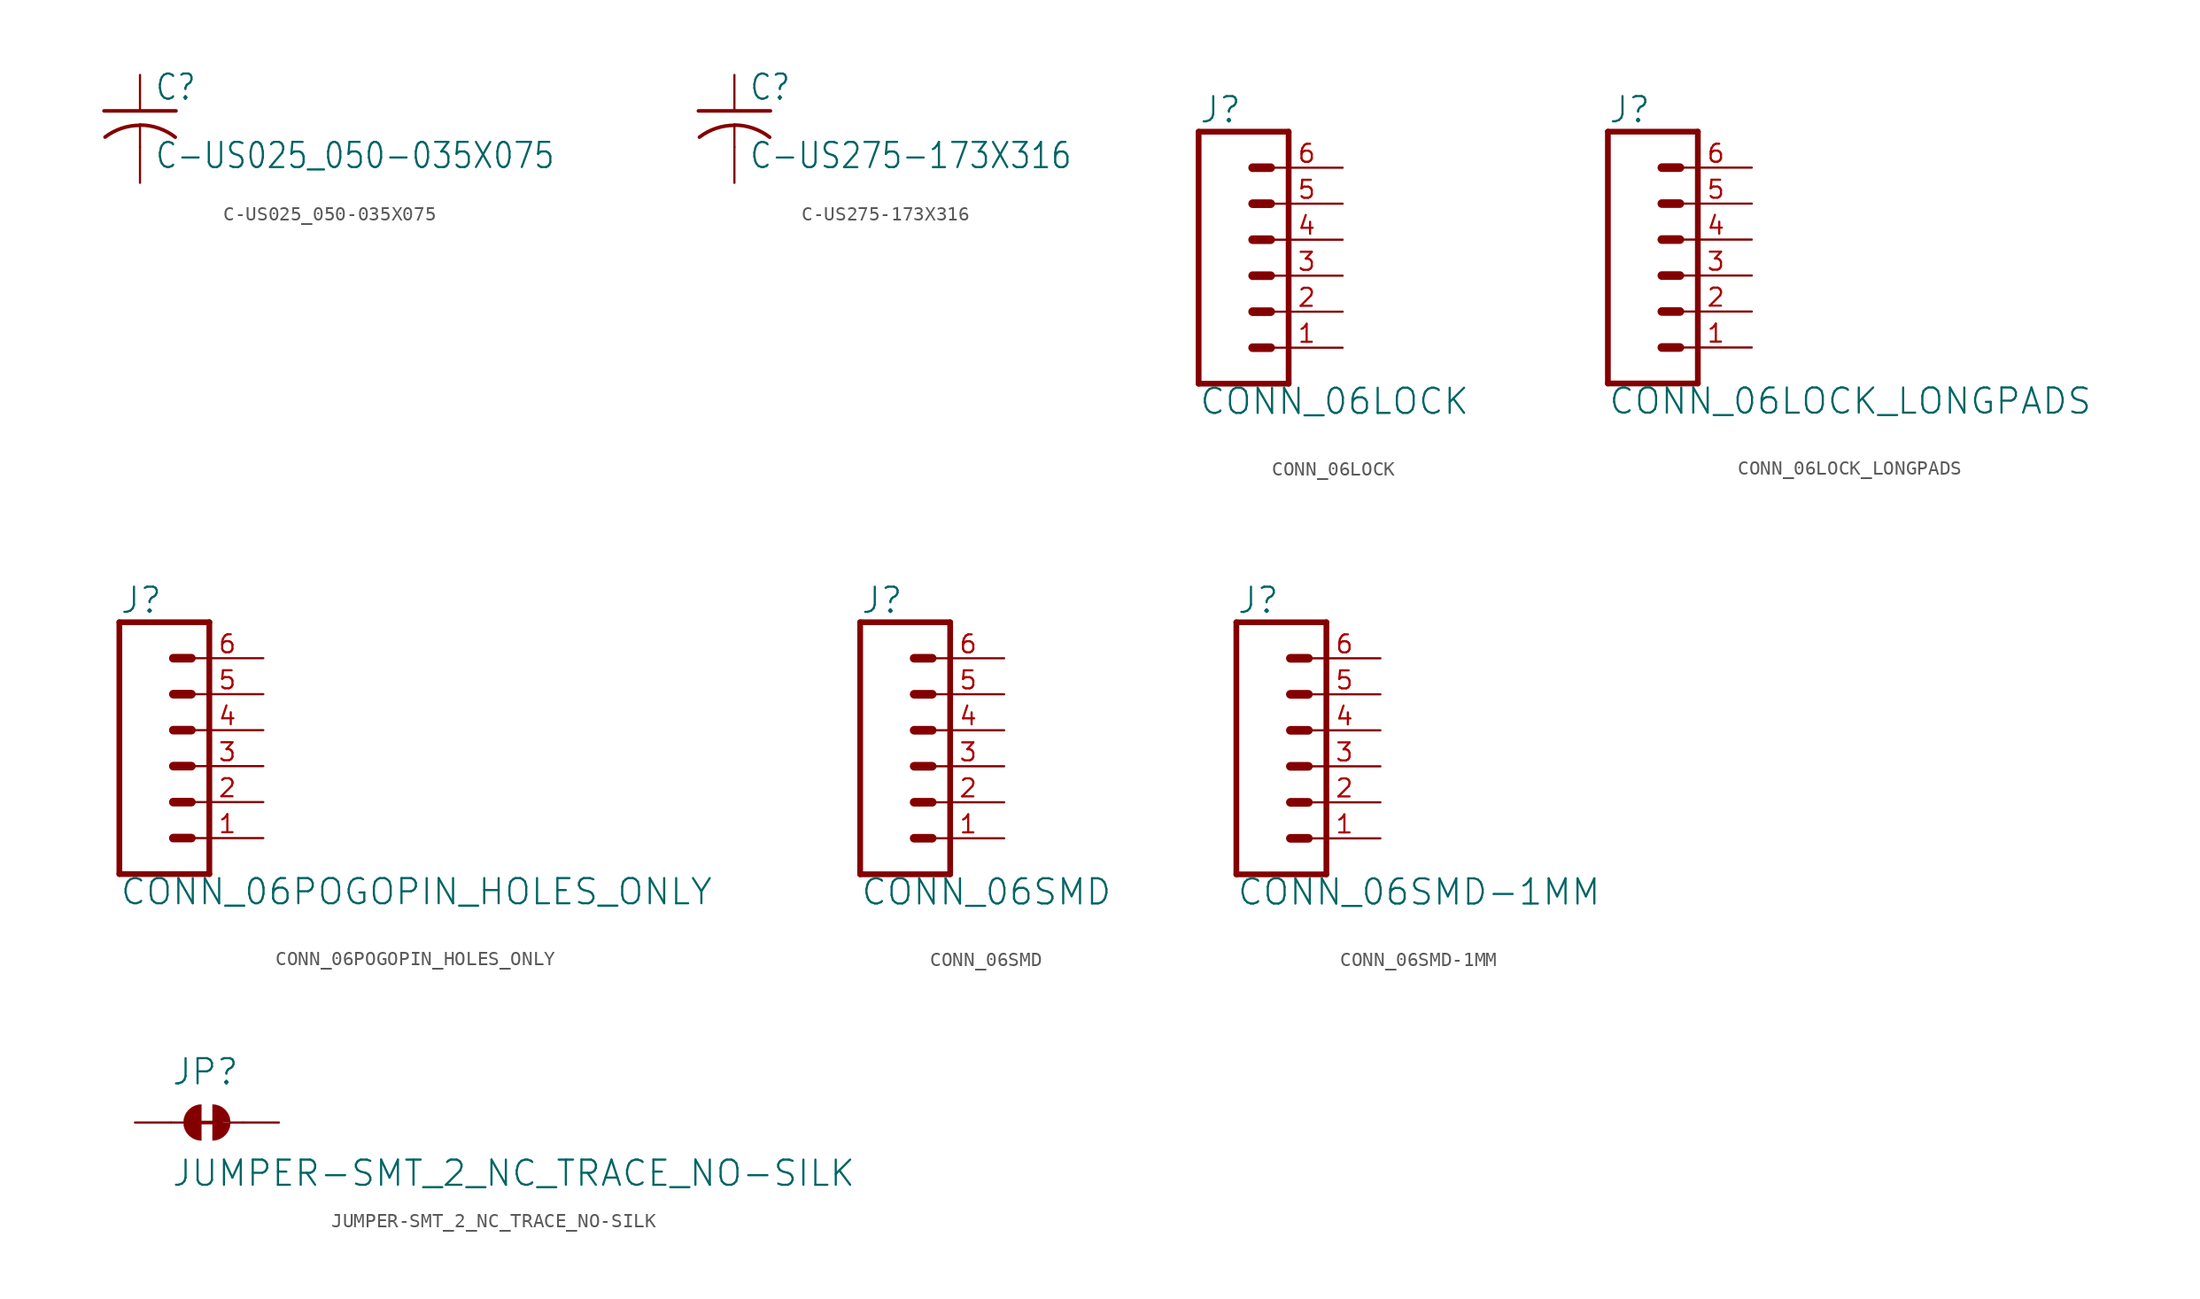
<source format=kicad_sym>
(kicad_symbol_lib
  (version 20211014)
  (generator kicad_symbol_editor)
  (symbol "C-US025_050-035X075"
    (property "Reference" "C"
      (at 1.016 0.635 0)
      (effects (font (size 1.778 1.511)) (justify left bottom)))
    (property "Value" "C-US025_050-035X075"
      (at 1.016 -4.191 0)
      (effects (font (size 1.778 1.511)) (justify left bottom)))
    (property "ki_locked" ""
      (at 0 0 0)
      (effects (font (size 1.27 1.27))))
    (symbol "C-US025_050-035X075_1_0"
      (arc (start 0 -1.0161) (mid -1.302 -1.2303) (end -2.4668 -1.8504) (stroke (width 0.254) (type default) (color 0 0 0 0)) (fill (type none)))
      (polyline (pts (xy -2.54 0) (xy 2.54 0)) (stroke (width 0.254) (type default) (color 0 0 0 0)) (fill (type none)))
      (polyline (pts (xy 0 -1.016) (xy 0 -2.54)) (stroke (width 0.152) (type default) (color 0 0 0 0)) (fill (type none)))
      (arc (start 2.4892 -1.8542) (mid 1.3158 -1.2195) (end 0 -1) (stroke (width 0.254) (type default) (color 0 0 0 0)) (fill (type none)))
      (pin passive line (at 0 2.54 270) (length 2.54) (name "1" (effects (font (size 0 0)))) (number "1" (effects (font (size 0 0)))))
      (pin passive line (at 0 -5.08 90) (length 2.54) (name "2" (effects (font (size 0 0)))) (number "2" (effects (font (size 0 0)))))))
  (symbol "C-US275-173X316"
    (property "Reference" "C"
      (at 1.016 0.635 0)
      (effects (font (size 1.778 1.511)) (justify left bottom)))
    (property "Value" "C-US275-173X316"
      (at 1.016 -4.191 0)
      (effects (font (size 1.778 1.511)) (justify left bottom)))
    (property "ki_locked" ""
      (at 0 0 0)
      (effects (font (size 1.27 1.27))))
    (symbol "C-US275-173X316_1_0"
      (arc (start 0 -1.0161) (mid -1.302 -1.2303) (end -2.4668 -1.8504) (stroke (width 0.254) (type default) (color 0 0 0 0)) (fill (type none)))
      (polyline (pts (xy -2.54 0) (xy 2.54 0)) (stroke (width 0.254) (type default) (color 0 0 0 0)) (fill (type none)))
      (polyline (pts (xy 0 -1.016) (xy 0 -2.54)) (stroke (width 0.152) (type default) (color 0 0 0 0)) (fill (type none)))
      (arc (start 2.4892 -1.8542) (mid 1.3158 -1.2195) (end 0 -1) (stroke (width 0.254) (type default) (color 0 0 0 0)) (fill (type none)))
      (pin passive line (at 0 2.54 270) (length 2.54) (name "1" (effects (font (size 0 0)))) (number "1" (effects (font (size 0 0)))))
      (pin passive line (at 0 -5.08 90) (length 2.54) (name "2" (effects (font (size 0 0)))) (number "2" (effects (font (size 0 0)))))))
  (symbol "CONN_06LOCK"
    (property "Reference" "J"
      (at -5.08 10.668 0)
      (effects (font (size 1.778 1.778)) (justify left bottom)))
    (property "Value" "CONN_06LOCK"
      (at -5.08 -9.906 0)
      (effects (font (size 1.778 1.778)) (justify left bottom)))
    (property "ki_locked" ""
      (at 0 0 0)
      (effects (font (size 1.27 1.27))))
    (symbol "CONN_06LOCK_1_0"
      (polyline (pts (xy -5.08 10.16) (xy -5.08 -7.62)) (stroke (width 0.406) (type default) (color 0 0 0 0)) (fill (type none)))
      (polyline (pts (xy -5.08 10.16) (xy 1.27 10.16)) (stroke (width 0.406) (type default) (color 0 0 0 0)) (fill (type none)))
      (polyline (pts (xy -1.27 -5.08) (xy 0 -5.08)) (stroke (width 0.61) (type default) (color 0 0 0 0)) (fill (type none)))
      (polyline (pts (xy -1.27 -2.54) (xy 0 -2.54)) (stroke (width 0.61) (type default) (color 0 0 0 0)) (fill (type none)))
      (polyline (pts (xy -1.27 0) (xy 0 0)) (stroke (width 0.61) (type default) (color 0 0 0 0)) (fill (type none)))
      (polyline (pts (xy -1.27 2.54) (xy 0 2.54)) (stroke (width 0.61) (type default) (color 0 0 0 0)) (fill (type none)))
      (polyline (pts (xy -1.27 5.08) (xy 0 5.08)) (stroke (width 0.61) (type default) (color 0 0 0 0)) (fill (type none)))
      (polyline (pts (xy -1.27 7.62) (xy 0 7.62)) (stroke (width 0.61) (type default) (color 0 0 0 0)) (fill (type none)))
      (polyline (pts (xy 1.27 -7.62) (xy -5.08 -7.62)) (stroke (width 0.406) (type default) (color 0 0 0 0)) (fill (type none)))
      (polyline (pts (xy 1.27 -7.62) (xy 1.27 10.16)) (stroke (width 0.406) (type default) (color 0 0 0 0)) (fill (type none)))
      (pin passive line (at 5.08 -5.08 180) (length 5.08) (name "1" (effects (font (size 0 0)))) (number "1" (effects (font (size 1.27 1.27)))))
      (pin passive line (at 5.08 -2.54 180) (length 5.08) (name "2" (effects (font (size 0 0)))) (number "2" (effects (font (size 1.27 1.27)))))
      (pin passive line (at 5.08 0 180) (length 5.08) (name "3" (effects (font (size 0 0)))) (number "3" (effects (font (size 1.27 1.27)))))
      (pin passive line (at 5.08 2.54 180) (length 5.08) (name "4" (effects (font (size 0 0)))) (number "4" (effects (font (size 1.27 1.27)))))
      (pin passive line (at 5.08 5.08 180) (length 5.08) (name "5" (effects (font (size 0 0)))) (number "5" (effects (font (size 1.27 1.27)))))
      (pin passive line (at 5.08 7.62 180) (length 5.08) (name "6" (effects (font (size 0 0)))) (number "6" (effects (font (size 1.27 1.27)))))))
  (symbol "CONN_06LOCK_LONGPADS"
    (property "Reference" "J"
      (at -5.08 10.668 0)
      (effects (font (size 1.778 1.778)) (justify left bottom)))
    (property "Value" "CONN_06LOCK_LONGPADS"
      (at -5.08 -9.906 0)
      (effects (font (size 1.778 1.778)) (justify left bottom)))
    (property "ki_locked" ""
      (at 0 0 0)
      (effects (font (size 1.27 1.27))))
    (symbol "CONN_06LOCK_LONGPADS_1_0"
      (polyline (pts (xy -5.08 10.16) (xy -5.08 -7.62)) (stroke (width 0.406) (type default) (color 0 0 0 0)) (fill (type none)))
      (polyline (pts (xy -5.08 10.16) (xy 1.27 10.16)) (stroke (width 0.406) (type default) (color 0 0 0 0)) (fill (type none)))
      (polyline (pts (xy -1.27 -5.08) (xy 0 -5.08)) (stroke (width 0.61) (type default) (color 0 0 0 0)) (fill (type none)))
      (polyline (pts (xy -1.27 -2.54) (xy 0 -2.54)) (stroke (width 0.61) (type default) (color 0 0 0 0)) (fill (type none)))
      (polyline (pts (xy -1.27 0) (xy 0 0)) (stroke (width 0.61) (type default) (color 0 0 0 0)) (fill (type none)))
      (polyline (pts (xy -1.27 2.54) (xy 0 2.54)) (stroke (width 0.61) (type default) (color 0 0 0 0)) (fill (type none)))
      (polyline (pts (xy -1.27 5.08) (xy 0 5.08)) (stroke (width 0.61) (type default) (color 0 0 0 0)) (fill (type none)))
      (polyline (pts (xy -1.27 7.62) (xy 0 7.62)) (stroke (width 0.61) (type default) (color 0 0 0 0)) (fill (type none)))
      (polyline (pts (xy 1.27 -7.62) (xy -5.08 -7.62)) (stroke (width 0.406) (type default) (color 0 0 0 0)) (fill (type none)))
      (polyline (pts (xy 1.27 -7.62) (xy 1.27 10.16)) (stroke (width 0.406) (type default) (color 0 0 0 0)) (fill (type none)))
      (pin passive line (at 5.08 -5.08 180) (length 5.08) (name "1" (effects (font (size 0 0)))) (number "1" (effects (font (size 1.27 1.27)))))
      (pin passive line (at 5.08 -2.54 180) (length 5.08) (name "2" (effects (font (size 0 0)))) (number "2" (effects (font (size 1.27 1.27)))))
      (pin passive line (at 5.08 0 180) (length 5.08) (name "3" (effects (font (size 0 0)))) (number "3" (effects (font (size 1.27 1.27)))))
      (pin passive line (at 5.08 2.54 180) (length 5.08) (name "4" (effects (font (size 0 0)))) (number "4" (effects (font (size 1.27 1.27)))))
      (pin passive line (at 5.08 5.08 180) (length 5.08) (name "5" (effects (font (size 0 0)))) (number "5" (effects (font (size 1.27 1.27)))))
      (pin passive line (at 5.08 7.62 180) (length 5.08) (name "6" (effects (font (size 0 0)))) (number "6" (effects (font (size 1.27 1.27)))))))
  (symbol "CONN_06POGOPIN_HOLES_ONLY"
    (property "Reference" "J"
      (at -5.08 10.668 0)
      (effects (font (size 1.778 1.778)) (justify left bottom)))
    (property "Value" "CONN_06POGOPIN_HOLES_ONLY"
      (at -5.08 -9.906 0)
      (effects (font (size 1.778 1.778)) (justify left bottom)))
    (property "ki_locked" ""
      (at 0 0 0)
      (effects (font (size 1.27 1.27))))
    (symbol "CONN_06POGOPIN_HOLES_ONLY_1_0"
      (polyline (pts (xy -5.08 10.16) (xy -5.08 -7.62)) (stroke (width 0.406) (type default) (color 0 0 0 0)) (fill (type none)))
      (polyline (pts (xy -5.08 10.16) (xy 1.27 10.16)) (stroke (width 0.406) (type default) (color 0 0 0 0)) (fill (type none)))
      (polyline (pts (xy -1.27 -5.08) (xy 0 -5.08)) (stroke (width 0.61) (type default) (color 0 0 0 0)) (fill (type none)))
      (polyline (pts (xy -1.27 -2.54) (xy 0 -2.54)) (stroke (width 0.61) (type default) (color 0 0 0 0)) (fill (type none)))
      (polyline (pts (xy -1.27 0) (xy 0 0)) (stroke (width 0.61) (type default) (color 0 0 0 0)) (fill (type none)))
      (polyline (pts (xy -1.27 2.54) (xy 0 2.54)) (stroke (width 0.61) (type default) (color 0 0 0 0)) (fill (type none)))
      (polyline (pts (xy -1.27 5.08) (xy 0 5.08)) (stroke (width 0.61) (type default) (color 0 0 0 0)) (fill (type none)))
      (polyline (pts (xy -1.27 7.62) (xy 0 7.62)) (stroke (width 0.61) (type default) (color 0 0 0 0)) (fill (type none)))
      (polyline (pts (xy 1.27 -7.62) (xy -5.08 -7.62)) (stroke (width 0.406) (type default) (color 0 0 0 0)) (fill (type none)))
      (polyline (pts (xy 1.27 -7.62) (xy 1.27 10.16)) (stroke (width 0.406) (type default) (color 0 0 0 0)) (fill (type none)))
      (pin passive line (at 5.08 -5.08 180) (length 5.08) (name "1" (effects (font (size 0 0)))) (number "1" (effects (font (size 1.27 1.27)))))
      (pin passive line (at 5.08 -2.54 180) (length 5.08) (name "2" (effects (font (size 0 0)))) (number "2" (effects (font (size 1.27 1.27)))))
      (pin passive line (at 5.08 0 180) (length 5.08) (name "3" (effects (font (size 0 0)))) (number "3" (effects (font (size 1.27 1.27)))))
      (pin passive line (at 5.08 2.54 180) (length 5.08) (name "4" (effects (font (size 0 0)))) (number "4" (effects (font (size 1.27 1.27)))))
      (pin passive line (at 5.08 5.08 180) (length 5.08) (name "5" (effects (font (size 0 0)))) (number "5" (effects (font (size 1.27 1.27)))))
      (pin passive line (at 5.08 7.62 180) (length 5.08) (name "6" (effects (font (size 0 0)))) (number "6" (effects (font (size 1.27 1.27)))))))
  (symbol "CONN_06SMD"
    (property "Reference" "J"
      (at -5.08 10.668 0)
      (effects (font (size 1.778 1.778)) (justify left bottom)))
    (property "Value" "CONN_06SMD"
      (at -5.08 -9.906 0)
      (effects (font (size 1.778 1.778)) (justify left bottom)))
    (property "ki_locked" ""
      (at 0 0 0)
      (effects (font (size 1.27 1.27))))
    (symbol "CONN_06SMD_1_0"
      (polyline (pts (xy -5.08 10.16) (xy -5.08 -7.62)) (stroke (width 0.406) (type default) (color 0 0 0 0)) (fill (type none)))
      (polyline (pts (xy -5.08 10.16) (xy 1.27 10.16)) (stroke (width 0.406) (type default) (color 0 0 0 0)) (fill (type none)))
      (polyline (pts (xy -1.27 -5.08) (xy 0 -5.08)) (stroke (width 0.61) (type default) (color 0 0 0 0)) (fill (type none)))
      (polyline (pts (xy -1.27 -2.54) (xy 0 -2.54)) (stroke (width 0.61) (type default) (color 0 0 0 0)) (fill (type none)))
      (polyline (pts (xy -1.27 0) (xy 0 0)) (stroke (width 0.61) (type default) (color 0 0 0 0)) (fill (type none)))
      (polyline (pts (xy -1.27 2.54) (xy 0 2.54)) (stroke (width 0.61) (type default) (color 0 0 0 0)) (fill (type none)))
      (polyline (pts (xy -1.27 5.08) (xy 0 5.08)) (stroke (width 0.61) (type default) (color 0 0 0 0)) (fill (type none)))
      (polyline (pts (xy -1.27 7.62) (xy 0 7.62)) (stroke (width 0.61) (type default) (color 0 0 0 0)) (fill (type none)))
      (polyline (pts (xy 1.27 -7.62) (xy -5.08 -7.62)) (stroke (width 0.406) (type default) (color 0 0 0 0)) (fill (type none)))
      (polyline (pts (xy 1.27 -7.62) (xy 1.27 10.16)) (stroke (width 0.406) (type default) (color 0 0 0 0)) (fill (type none)))
      (pin passive line (at 5.08 -5.08 180) (length 5.08) (name "1" (effects (font (size 0 0)))) (number "1" (effects (font (size 1.27 1.27)))))
      (pin passive line (at 5.08 -2.54 180) (length 5.08) (name "2" (effects (font (size 0 0)))) (number "2" (effects (font (size 1.27 1.27)))))
      (pin passive line (at 5.08 0 180) (length 5.08) (name "3" (effects (font (size 0 0)))) (number "3" (effects (font (size 1.27 1.27)))))
      (pin passive line (at 5.08 2.54 180) (length 5.08) (name "4" (effects (font (size 0 0)))) (number "4" (effects (font (size 1.27 1.27)))))
      (pin passive line (at 5.08 5.08 180) (length 5.08) (name "5" (effects (font (size 0 0)))) (number "5" (effects (font (size 1.27 1.27)))))
      (pin passive line (at 5.08 7.62 180) (length 5.08) (name "6" (effects (font (size 0 0)))) (number "6" (effects (font (size 1.27 1.27)))))))
  (symbol "CONN_06SMD-1MM"
    (property "Reference" "J"
      (at -5.08 10.668 0)
      (effects (font (size 1.778 1.778)) (justify left bottom)))
    (property "Value" "CONN_06SMD-1MM"
      (at -5.08 -9.906 0)
      (effects (font (size 1.778 1.778)) (justify left bottom)))
    (property "ki_locked" ""
      (at 0 0 0)
      (effects (font (size 1.27 1.27))))
    (symbol "CONN_06SMD-1MM_1_0"
      (polyline (pts (xy -5.08 10.16) (xy -5.08 -7.62)) (stroke (width 0.406) (type default) (color 0 0 0 0)) (fill (type none)))
      (polyline (pts (xy -5.08 10.16) (xy 1.27 10.16)) (stroke (width 0.406) (type default) (color 0 0 0 0)) (fill (type none)))
      (polyline (pts (xy -1.27 -5.08) (xy 0 -5.08)) (stroke (width 0.61) (type default) (color 0 0 0 0)) (fill (type none)))
      (polyline (pts (xy -1.27 -2.54) (xy 0 -2.54)) (stroke (width 0.61) (type default) (color 0 0 0 0)) (fill (type none)))
      (polyline (pts (xy -1.27 0) (xy 0 0)) (stroke (width 0.61) (type default) (color 0 0 0 0)) (fill (type none)))
      (polyline (pts (xy -1.27 2.54) (xy 0 2.54)) (stroke (width 0.61) (type default) (color 0 0 0 0)) (fill (type none)))
      (polyline (pts (xy -1.27 5.08) (xy 0 5.08)) (stroke (width 0.61) (type default) (color 0 0 0 0)) (fill (type none)))
      (polyline (pts (xy -1.27 7.62) (xy 0 7.62)) (stroke (width 0.61) (type default) (color 0 0 0 0)) (fill (type none)))
      (polyline (pts (xy 1.27 -7.62) (xy -5.08 -7.62)) (stroke (width 0.406) (type default) (color 0 0 0 0)) (fill (type none)))
      (polyline (pts (xy 1.27 -7.62) (xy 1.27 10.16)) (stroke (width 0.406) (type default) (color 0 0 0 0)) (fill (type none)))
      (pin passive line (at 5.08 -5.08 180) (length 5.08) (name "1" (effects (font (size 0 0)))) (number "1" (effects (font (size 1.27 1.27)))))
      (pin passive line (at 5.08 -2.54 180) (length 5.08) (name "2" (effects (font (size 0 0)))) (number "2" (effects (font (size 1.27 1.27)))))
      (pin passive line (at 5.08 0 180) (length 5.08) (name "3" (effects (font (size 0 0)))) (number "3" (effects (font (size 1.27 1.27)))))
      (pin passive line (at 5.08 2.54 180) (length 5.08) (name "4" (effects (font (size 0 0)))) (number "4" (effects (font (size 1.27 1.27)))))
      (pin passive line (at 5.08 5.08 180) (length 5.08) (name "5" (effects (font (size 0 0)))) (number "5" (effects (font (size 1.27 1.27)))))
      (pin passive line (at 5.08 7.62 180) (length 5.08) (name "6" (effects (font (size 0 0)))) (number "6" (effects (font (size 1.27 1.27)))))))
  (symbol "JUMPER-SMT_2_NC_TRACE_NO-SILK"
    (property "Reference" "JP"
      (at -2.54 2.54 0)
      (effects (font (size 1.778 1.778)) (justify left bottom)))
    (property "Value" "JUMPER-SMT_2_NC_TRACE_NO-SILK"
      (at -2.54 -2.54 0)
      (effects (font (size 1.778 1.778)) (justify left top)))
    (property "ki_locked" ""
      (at 0 0 0)
      (effects (font (size 1.27 1.27))))
    (symbol "JUMPER-SMT_2_NC_TRACE_NO-SILK_1_0"
      (arc (start -0.381 1.2699) (mid -1.6508 0) (end -0.381 -1.2699) (stroke (width 0.0001) (type default) (color 0 0 0 0)) (fill (type outline)))
      (polyline (pts (xy -2.54 0) (xy -1.651 0)) (stroke (width 0.152) (type default) (color 0 0 0 0)) (fill (type none)))
      (polyline (pts (xy -0.762 0) (xy 1.016 0)) (stroke (width 0.254) (type default) (color 0 0 0 0)) (fill (type none)))
      (polyline (pts (xy 2.54 0) (xy 1.651 0)) (stroke (width 0.152) (type default) (color 0 0 0 0)) (fill (type none)))
      (arc (start 0.381 -1.2698) (mid 1.279 -0.898) (end 1.6509 0) (stroke (width 0.0001) (type default) (color 0 0 0 0)) (fill (type outline)))
      (arc (start 1.651 0) (mid 1.2789 0.8979) (end 0.381 1.2699) (stroke (width 0.0001) (type default) (color 0 0 0 0)) (fill (type outline)))
      (pin passive line (at -5.08 0 0) (length 2.54) (name "1" (effects (font (size 0 0)))) (number "1" (effects (font (size 0 0)))))
      (pin passive line (at 5.08 0 180) (length 2.54) (name "2" (effects (font (size 0 0)))) (number "2" (effects (font (size 0 0))))))))
</source>
